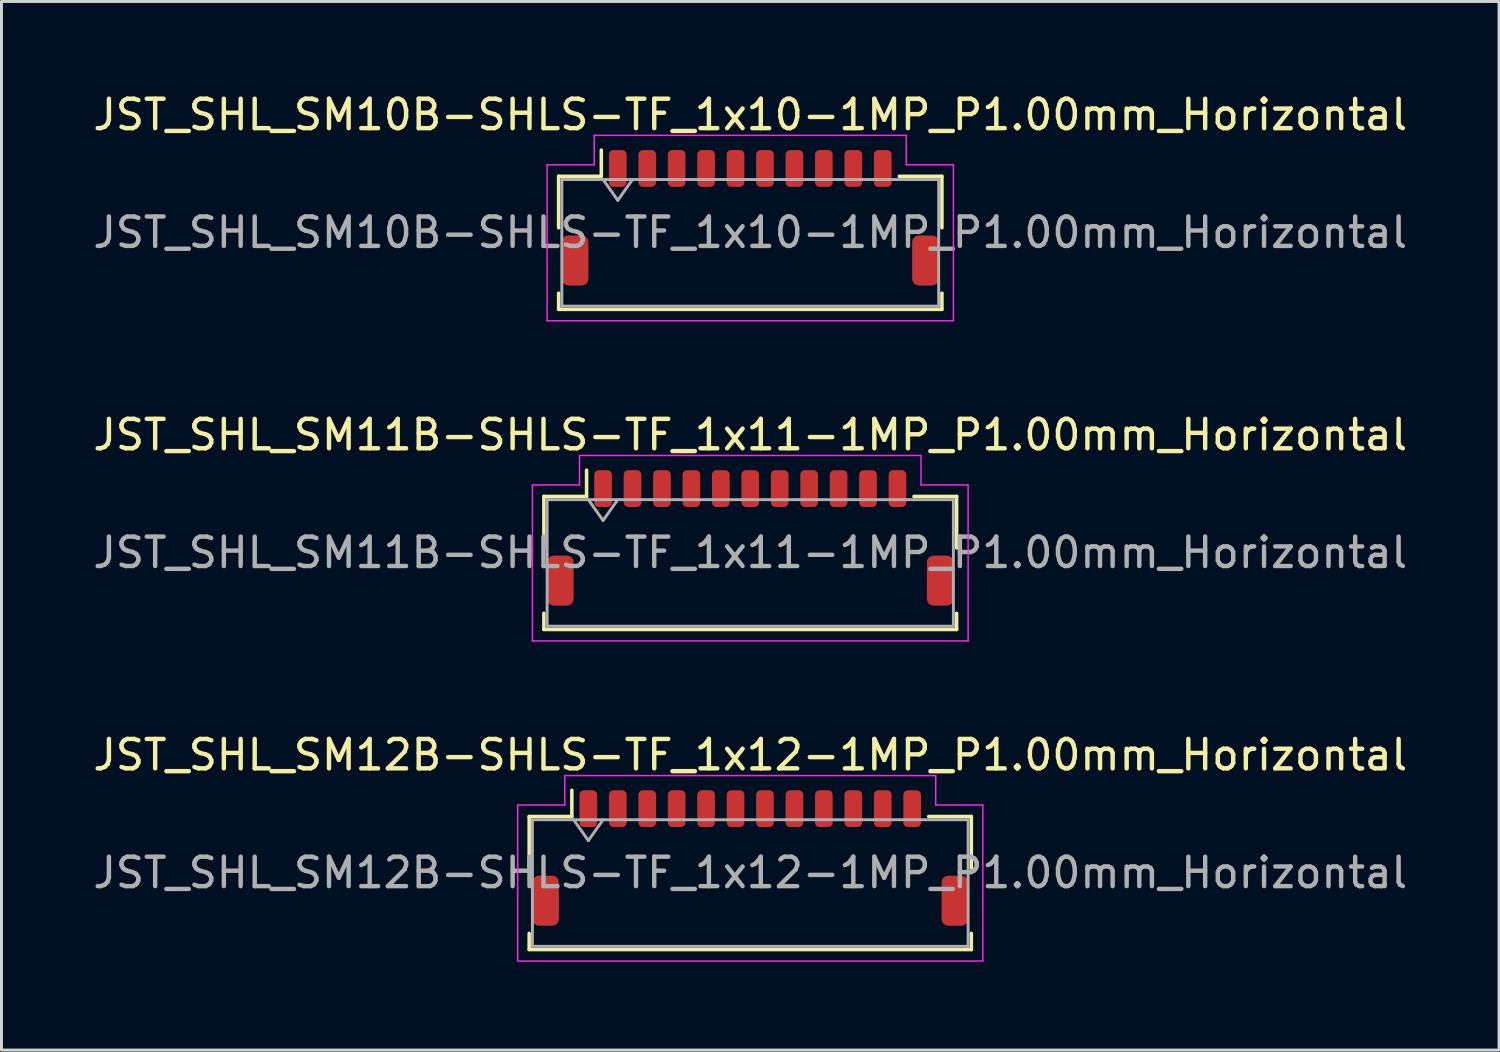
<source format=kicad_pcb>
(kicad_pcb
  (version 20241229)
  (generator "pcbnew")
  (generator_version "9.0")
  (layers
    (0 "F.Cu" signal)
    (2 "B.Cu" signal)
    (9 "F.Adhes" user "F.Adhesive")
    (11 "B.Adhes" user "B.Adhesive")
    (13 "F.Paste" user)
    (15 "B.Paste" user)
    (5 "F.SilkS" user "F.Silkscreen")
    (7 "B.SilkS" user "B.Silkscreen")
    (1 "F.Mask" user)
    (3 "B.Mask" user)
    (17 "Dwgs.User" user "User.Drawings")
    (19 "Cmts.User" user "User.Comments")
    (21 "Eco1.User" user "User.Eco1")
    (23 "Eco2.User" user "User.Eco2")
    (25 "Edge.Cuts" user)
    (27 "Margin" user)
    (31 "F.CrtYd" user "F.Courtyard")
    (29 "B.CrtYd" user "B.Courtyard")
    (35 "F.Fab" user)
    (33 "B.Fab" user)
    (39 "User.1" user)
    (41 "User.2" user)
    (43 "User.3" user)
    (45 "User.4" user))
  (footprint "JST_SHL_SM10B-SHLS-TF_1x10-1MP_P1.00mm_Horizontal"
    (layer "F.Cu")
    (at 22.435 4.348)
    (property "Reference" "JST_SHL_SM10B-SHLS-TF_1x10-1MP_P1.00mm_Horizontal" (at 0 -3.5 0) (layer "F.SilkS") (effects (font (size 1 1) (thickness 0.15))))
    (attr smd)
    (fp_line (start -6.51 -1.41) (end -5.06 -1.41) (stroke (width 0.12) (type solid)) (layer "F.SilkS"))
    (fp_line (start -6.51 0.34) (end -6.51 -1.41) (stroke (width 0.12) (type solid)) (layer "F.SilkS"))
    (fp_line (start -6.51 2.56) (end -6.51 3.11) (stroke (width 0.12) (type solid)) (layer "F.SilkS"))
    (fp_line (start -6.51 3.11) (end 6.51 3.11) (stroke (width 0.12) (type solid)) (layer "F.SilkS"))
    (fp_line (start -5.06 -1.41) (end -5.06 -2.3) (stroke (width 0.12) (type solid)) (layer "F.SilkS"))
    (fp_line (start 6.51 -1.41) (end 5.06 -1.41) (stroke (width 0.12) (type solid)) (layer "F.SilkS"))
    (fp_line (start 6.51 0.34) (end 6.51 -1.41) (stroke (width 0.12) (type solid)) (layer "F.SilkS"))
    (fp_line (start 6.51 3.11) (end 6.51 2.56) (stroke (width 0.12) (type solid)) (layer "F.SilkS"))
    (fp_line (start -6.9 -1.8) (end -5.3 -1.8) (stroke (width 0.05) (type solid)) (layer "F.CrtYd"))
    (fp_line (start -6.9 3.5) (end -6.9 -1.8) (stroke (width 0.05) (type solid)) (layer "F.CrtYd"))
    (fp_line (start -5.3 -2.8) (end 5.3 -2.8) (stroke (width 0.05) (type solid)) (layer "F.CrtYd"))
    (fp_line (start -5.3 -1.8) (end -5.3 -2.8) (stroke (width 0.05) (type solid)) (layer "F.CrtYd"))
    (fp_line (start 5.3 -2.8) (end 5.3 -1.8) (stroke (width 0.05) (type solid)) (layer "F.CrtYd"))
    (fp_line (start 5.3 -1.8) (end 6.9 -1.8) (stroke (width 0.05) (type solid)) (layer "F.CrtYd"))
    (fp_line (start 6.9 -1.8) (end 6.9 3.5) (stroke (width 0.05) (type solid)) (layer "F.CrtYd"))
    (fp_line (start 6.9 3.5) (end -6.9 3.5) (stroke (width 0.05) (type solid)) (layer "F.CrtYd"))
    (fp_line (start -6.4 -1.3) (end -6.4 3) (stroke (width 0.1) (type solid)) (layer "F.Fab"))
    (fp_line (start -6.4 -1.3) (end 6.4 -1.3) (stroke (width 0.1) (type solid)) (layer "F.Fab"))
    (fp_line (start -6.4 3) (end 6.4 3) (stroke (width 0.1) (type solid)) (layer "F.Fab"))
    (fp_line (start -5 -1.3) (end -4.5 -0.593) (stroke (width 0.1) (type solid)) (layer "F.Fab"))
    (fp_line (start -4.5 -0.593) (end -4 -1.3) (stroke (width 0.1) (type solid)) (layer "F.Fab"))
    (fp_line (start 6.4 -1.3) (end 6.4 3) (stroke (width 0.1) (type solid)) (layer "F.Fab"))
    (fp_text user "${REFERENCE}" (at 0 0.5 0) (layer "F.Fab") (effects (font (size 1 1) (thickness 0.15))))
    (pad "1" smd roundrect (at -4.5 -1.675) (size 0.6 1.25) (layers "F.Cu" "F.Mask" "F.Paste") (roundrect_rratio 0.25))
    (pad "2" smd roundrect (at -3.5 -1.675) (size 0.6 1.25) (layers "F.Cu" "F.Mask" "F.Paste") (roundrect_rratio 0.25))
    (pad "3" smd roundrect (at -2.5 -1.675) (size 0.6 1.25) (layers "F.Cu" "F.Mask" "F.Paste") (roundrect_rratio 0.25))
    (pad "4" smd roundrect (at -1.5 -1.675) (size 0.6 1.25) (layers "F.Cu" "F.Mask" "F.Paste") (roundrect_rratio 0.25))
    (pad "5" smd roundrect (at -0.5 -1.675) (size 0.6 1.25) (layers "F.Cu" "F.Mask" "F.Paste") (roundrect_rratio 0.25))
    (pad "6" smd roundrect (at 0.5 -1.675) (size 0.6 1.25) (layers "F.Cu" "F.Mask" "F.Paste") (roundrect_rratio 0.25))
    (pad "7" smd roundrect (at 1.5 -1.675) (size 0.6 1.25) (layers "F.Cu" "F.Mask" "F.Paste") (roundrect_rratio 0.25))
    (pad "8" smd roundrect (at 2.5 -1.675) (size 0.6 1.25) (layers "F.Cu" "F.Mask" "F.Paste") (roundrect_rratio 0.25))
    (pad "9" smd roundrect (at 3.5 -1.675) (size 0.6 1.25) (layers "F.Cu" "F.Mask" "F.Paste") (roundrect_rratio 0.25))
    (pad "10" smd roundrect (at 4.5 -1.675) (size 0.6 1.25) (layers "F.Cu" "F.Mask" "F.Paste") (roundrect_rratio 0.25))
    (pad "MP" smd roundrect (at -5.95 1.45) (size 0.9 1.7) (layers "F.Cu" "F.Mask" "F.Paste") (roundrect_rratio 0.25))
    (pad "MP" smd roundrect (at 5.95 1.45) (size 0.9 1.7) (layers "F.Cu" "F.Mask" "F.Paste") (roundrect_rratio 0.25)))
  (footprint "JST_SHL_SM11B-SHLS-TF_1x11-1MP_P1.00mm_Horizontal"
    (layer "F.Cu")
    (at 22.435 15.222)
    (property "Reference" "JST_SHL_SM11B-SHLS-TF_1x11-1MP_P1.00mm_Horizontal" (at 0 -3.5 0) (layer "F.SilkS") (effects (font (size 1 1) (thickness 0.15))))
    (attr smd)
    (fp_line (start -7.01 -1.41) (end -5.56 -1.41) (stroke (width 0.12) (type solid)) (layer "F.SilkS"))
    (fp_line (start -7.01 0.34) (end -7.01 -1.41) (stroke (width 0.12) (type solid)) (layer "F.SilkS"))
    (fp_line (start -7.01 2.56) (end -7.01 3.11) (stroke (width 0.12) (type solid)) (layer "F.SilkS"))
    (fp_line (start -7.01 3.11) (end 7.01 3.11) (stroke (width 0.12) (type solid)) (layer "F.SilkS"))
    (fp_line (start -5.56 -1.41) (end -5.56 -2.3) (stroke (width 0.12) (type solid)) (layer "F.SilkS"))
    (fp_line (start 7.01 -1.41) (end 5.56 -1.41) (stroke (width 0.12) (type solid)) (layer "F.SilkS"))
    (fp_line (start 7.01 0.34) (end 7.01 -1.41) (stroke (width 0.12) (type solid)) (layer "F.SilkS"))
    (fp_line (start 7.01 3.11) (end 7.01 2.56) (stroke (width 0.12) (type solid)) (layer "F.SilkS"))
    (fp_line (start -7.4 -1.8) (end -5.8 -1.8) (stroke (width 0.05) (type solid)) (layer "F.CrtYd"))
    (fp_line (start -7.4 3.5) (end -7.4 -1.8) (stroke (width 0.05) (type solid)) (layer "F.CrtYd"))
    (fp_line (start -5.8 -2.8) (end 5.8 -2.8) (stroke (width 0.05) (type solid)) (layer "F.CrtYd"))
    (fp_line (start -5.8 -1.8) (end -5.8 -2.8) (stroke (width 0.05) (type solid)) (layer "F.CrtYd"))
    (fp_line (start 5.8 -2.8) (end 5.8 -1.8) (stroke (width 0.05) (type solid)) (layer "F.CrtYd"))
    (fp_line (start 5.8 -1.8) (end 7.4 -1.8) (stroke (width 0.05) (type solid)) (layer "F.CrtYd"))
    (fp_line (start 7.4 -1.8) (end 7.4 3.5) (stroke (width 0.05) (type solid)) (layer "F.CrtYd"))
    (fp_line (start 7.4 3.5) (end -7.4 3.5) (stroke (width 0.05) (type solid)) (layer "F.CrtYd"))
    (fp_line (start -6.9 -1.3) (end -6.9 3) (stroke (width 0.1) (type solid)) (layer "F.Fab"))
    (fp_line (start -6.9 -1.3) (end 6.9 -1.3) (stroke (width 0.1) (type solid)) (layer "F.Fab"))
    (fp_line (start -6.9 3) (end 6.9 3) (stroke (width 0.1) (type solid)) (layer "F.Fab"))
    (fp_line (start -5.5 -1.3) (end -5 -0.593) (stroke (width 0.1) (type solid)) (layer "F.Fab"))
    (fp_line (start -5 -0.593) (end -4.5 -1.3) (stroke (width 0.1) (type solid)) (layer "F.Fab"))
    (fp_line (start 6.9 -1.3) (end 6.9 3) (stroke (width 0.1) (type solid)) (layer "F.Fab"))
    (fp_text user "${REFERENCE}" (at 0 0.5 0) (layer "F.Fab") (effects (font (size 1 1) (thickness 0.15))))
    (pad "1" smd roundrect (at -5 -1.675) (size 0.6 1.25) (layers "F.Cu" "F.Mask" "F.Paste") (roundrect_rratio 0.25))
    (pad "2" smd roundrect (at -4 -1.675) (size 0.6 1.25) (layers "F.Cu" "F.Mask" "F.Paste") (roundrect_rratio 0.25))
    (pad "3" smd roundrect (at -3 -1.675) (size 0.6 1.25) (layers "F.Cu" "F.Mask" "F.Paste") (roundrect_rratio 0.25))
    (pad "4" smd roundrect (at -2 -1.675) (size 0.6 1.25) (layers "F.Cu" "F.Mask" "F.Paste") (roundrect_rratio 0.25))
    (pad "5" smd roundrect (at -1 -1.675) (size 0.6 1.25) (layers "F.Cu" "F.Mask" "F.Paste") (roundrect_rratio 0.25))
    (pad "6" smd roundrect (at 0 -1.675) (size 0.6 1.25) (layers "F.Cu" "F.Mask" "F.Paste") (roundrect_rratio 0.25))
    (pad "7" smd roundrect (at 1 -1.675) (size 0.6 1.25) (layers "F.Cu" "F.Mask" "F.Paste") (roundrect_rratio 0.25))
    (pad "8" smd roundrect (at 2 -1.675) (size 0.6 1.25) (layers "F.Cu" "F.Mask" "F.Paste") (roundrect_rratio 0.25))
    (pad "9" smd roundrect (at 3 -1.675) (size 0.6 1.25) (layers "F.Cu" "F.Mask" "F.Paste") (roundrect_rratio 0.25))
    (pad "10" smd roundrect (at 4 -1.675) (size 0.6 1.25) (layers "F.Cu" "F.Mask" "F.Paste") (roundrect_rratio 0.25))
    (pad "11" smd roundrect (at 5 -1.675) (size 0.6 1.25) (layers "F.Cu" "F.Mask" "F.Paste") (roundrect_rratio 0.25))
    (pad "MP" smd roundrect (at -6.45 1.45) (size 0.9 1.7) (layers "F.Cu" "F.Mask" "F.Paste") (roundrect_rratio 0.25))
    (pad "MP" smd roundrect (at 6.45 1.45) (size 0.9 1.7) (layers "F.Cu" "F.Mask" "F.Paste") (roundrect_rratio 0.25)))
  (footprint "JST_SHL_SM12B-SHLS-TF_1x12-1MP_P1.00mm_Horizontal"
    (layer "F.Cu")
    (at 22.435 26.095)
    (property "Reference" "JST_SHL_SM12B-SHLS-TF_1x12-1MP_P1.00mm_Horizontal" (at 0 -3.5 0) (layer "F.SilkS") (effects (font (size 1 1) (thickness 0.15))))
    (attr smd)
    (fp_line (start -7.51 -1.41) (end -6.06 -1.41) (stroke (width 0.12) (type solid)) (layer "F.SilkS"))
    (fp_line (start -7.51 0.34) (end -7.51 -1.41) (stroke (width 0.12) (type solid)) (layer "F.SilkS"))
    (fp_line (start -7.51 2.56) (end -7.51 3.11) (stroke (width 0.12) (type solid)) (layer "F.SilkS"))
    (fp_line (start -7.51 3.11) (end 7.51 3.11) (stroke (width 0.12) (type solid)) (layer "F.SilkS"))
    (fp_line (start -6.06 -1.41) (end -6.06 -2.3) (stroke (width 0.12) (type solid)) (layer "F.SilkS"))
    (fp_line (start 7.51 -1.41) (end 6.06 -1.41) (stroke (width 0.12) (type solid)) (layer "F.SilkS"))
    (fp_line (start 7.51 0.34) (end 7.51 -1.41) (stroke (width 0.12) (type solid)) (layer "F.SilkS"))
    (fp_line (start 7.51 3.11) (end 7.51 2.56) (stroke (width 0.12) (type solid)) (layer "F.SilkS"))
    (fp_line (start -7.9 -1.8) (end -6.3 -1.8) (stroke (width 0.05) (type solid)) (layer "F.CrtYd"))
    (fp_line (start -7.9 3.5) (end -7.9 -1.8) (stroke (width 0.05) (type solid)) (layer "F.CrtYd"))
    (fp_line (start -6.3 -2.8) (end 6.3 -2.8) (stroke (width 0.05) (type solid)) (layer "F.CrtYd"))
    (fp_line (start -6.3 -1.8) (end -6.3 -2.8) (stroke (width 0.05) (type solid)) (layer "F.CrtYd"))
    (fp_line (start 6.3 -2.8) (end 6.3 -1.8) (stroke (width 0.05) (type solid)) (layer "F.CrtYd"))
    (fp_line (start 6.3 -1.8) (end 7.9 -1.8) (stroke (width 0.05) (type solid)) (layer "F.CrtYd"))
    (fp_line (start 7.9 -1.8) (end 7.9 3.5) (stroke (width 0.05) (type solid)) (layer "F.CrtYd"))
    (fp_line (start 7.9 3.5) (end -7.9 3.5) (stroke (width 0.05) (type solid)) (layer "F.CrtYd"))
    (fp_line (start -7.4 -1.3) (end -7.4 3) (stroke (width 0.1) (type solid)) (layer "F.Fab"))
    (fp_line (start -7.4 -1.3) (end 7.4 -1.3) (stroke (width 0.1) (type solid)) (layer "F.Fab"))
    (fp_line (start -7.4 3) (end 7.4 3) (stroke (width 0.1) (type solid)) (layer "F.Fab"))
    (fp_line (start -6 -1.3) (end -5.5 -0.593) (stroke (width 0.1) (type solid)) (layer "F.Fab"))
    (fp_line (start -5.5 -0.593) (end -5 -1.3) (stroke (width 0.1) (type solid)) (layer "F.Fab"))
    (fp_line (start 7.4 -1.3) (end 7.4 3) (stroke (width 0.1) (type solid)) (layer "F.Fab"))
    (fp_text user "${REFERENCE}" (at 0 0.5 0) (layer "F.Fab") (effects (font (size 1 1) (thickness 0.15))))
    (pad "1" smd roundrect (at -5.5 -1.675) (size 0.6 1.25) (layers "F.Cu" "F.Mask" "F.Paste") (roundrect_rratio 0.25))
    (pad "2" smd roundrect (at -4.5 -1.675) (size 0.6 1.25) (layers "F.Cu" "F.Mask" "F.Paste") (roundrect_rratio 0.25))
    (pad "3" smd roundrect (at -3.5 -1.675) (size 0.6 1.25) (layers "F.Cu" "F.Mask" "F.Paste") (roundrect_rratio 0.25))
    (pad "4" smd roundrect (at -2.5 -1.675) (size 0.6 1.25) (layers "F.Cu" "F.Mask" "F.Paste") (roundrect_rratio 0.25))
    (pad "5" smd roundrect (at -1.5 -1.675) (size 0.6 1.25) (layers "F.Cu" "F.Mask" "F.Paste") (roundrect_rratio 0.25))
    (pad "6" smd roundrect (at -0.5 -1.675) (size 0.6 1.25) (layers "F.Cu" "F.Mask" "F.Paste") (roundrect_rratio 0.25))
    (pad "7" smd roundrect (at 0.5 -1.675) (size 0.6 1.25) (layers "F.Cu" "F.Mask" "F.Paste") (roundrect_rratio 0.25))
    (pad "8" smd roundrect (at 1.5 -1.675) (size 0.6 1.25) (layers "F.Cu" "F.Mask" "F.Paste") (roundrect_rratio 0.25))
    (pad "9" smd roundrect (at 2.5 -1.675) (size 0.6 1.25) (layers "F.Cu" "F.Mask" "F.Paste") (roundrect_rratio 0.25))
    (pad "10" smd roundrect (at 3.5 -1.675) (size 0.6 1.25) (layers "F.Cu" "F.Mask" "F.Paste") (roundrect_rratio 0.25))
    (pad "11" smd roundrect (at 4.5 -1.675) (size 0.6 1.25) (layers "F.Cu" "F.Mask" "F.Paste") (roundrect_rratio 0.25))
    (pad "12" smd roundrect (at 5.5 -1.675) (size 0.6 1.25) (layers "F.Cu" "F.Mask" "F.Paste") (roundrect_rratio 0.25))
    (pad "MP" smd roundrect (at -6.95 1.45) (size 0.9 1.7) (layers "F.Cu" "F.Mask" "F.Paste") (roundrect_rratio 0.25))
    (pad "MP" smd roundrect (at 6.95 1.45) (size 0.9 1.7) (layers "F.Cu" "F.Mask" "F.Paste") (roundrect_rratio 0.25)))
  (gr_rect
    (start -3 -3)
    (end 47.869 32.62)
    (stroke (width 0.1) (type default))
    (fill no)
    (layer "Edge.Cuts")))
</source>
